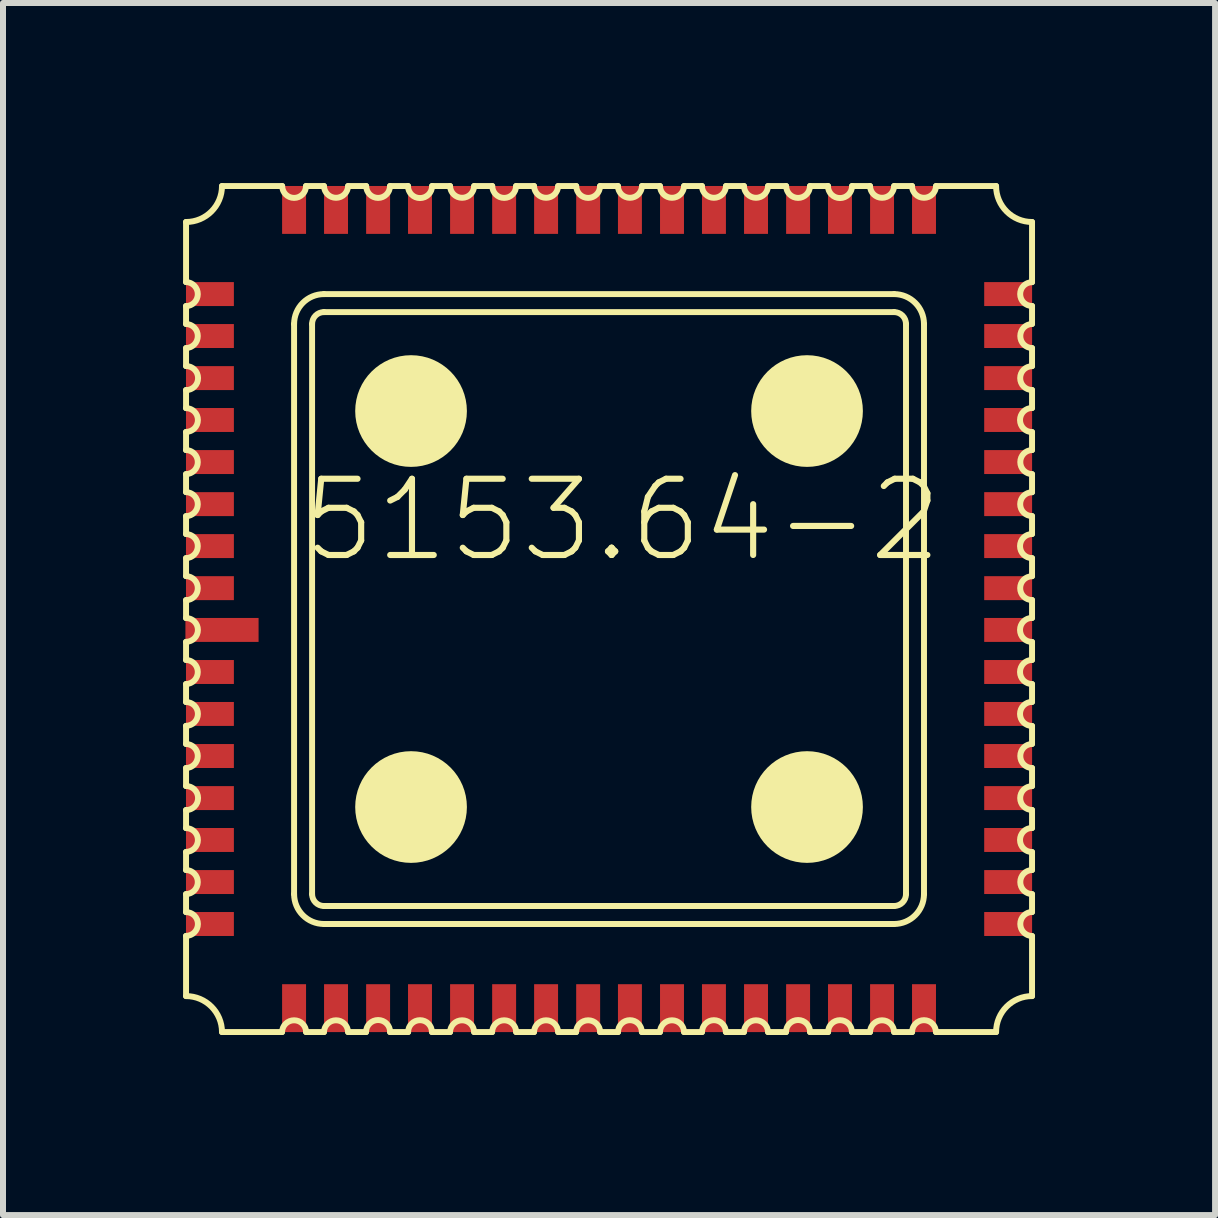
<source format=kicad_pcb>
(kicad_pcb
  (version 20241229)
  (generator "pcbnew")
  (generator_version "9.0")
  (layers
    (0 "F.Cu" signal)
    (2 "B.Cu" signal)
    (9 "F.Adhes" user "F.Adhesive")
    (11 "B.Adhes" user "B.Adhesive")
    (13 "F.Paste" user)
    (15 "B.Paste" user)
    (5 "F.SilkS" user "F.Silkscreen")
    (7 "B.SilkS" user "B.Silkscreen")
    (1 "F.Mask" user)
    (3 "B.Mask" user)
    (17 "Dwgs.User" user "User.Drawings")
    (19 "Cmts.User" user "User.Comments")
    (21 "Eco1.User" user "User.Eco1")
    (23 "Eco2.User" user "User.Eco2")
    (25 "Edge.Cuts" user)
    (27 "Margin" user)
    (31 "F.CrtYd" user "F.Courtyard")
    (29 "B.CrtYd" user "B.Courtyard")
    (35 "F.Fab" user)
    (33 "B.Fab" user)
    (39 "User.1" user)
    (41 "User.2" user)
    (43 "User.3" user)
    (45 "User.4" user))
  (footprint "5153.64-2"
    (layer "F.Cu")
    (at 7.098 7.098)
    (property "Reference" "5153.64-2" (at 0.224 -1.483 0) (layer "F.SilkS") (effects (font (size 1.27 1.27) (thickness 0.102))))
    (attr smd)
    (fp_circle (center -3.299 -3.299) (end -3.934 -3.934) (stroke (width 0) (type solid)) (fill yes) (layer "B.Cu"))
    (fp_circle (center -3.299 3.299) (end -3.934 3.934) (stroke (width 0) (type solid)) (fill yes) (layer "B.Cu"))
    (fp_circle (center 3.299 -3.299) (end 3.934 -3.934) (stroke (width 0) (type solid)) (fill yes) (layer "B.Cu"))
    (fp_circle (center 3.299 3.299) (end 3.934 3.934) (stroke (width 0) (type solid)) (fill yes) (layer "B.Cu"))
    (fp_line (start -7.048 -5.448) (end -7.048 -6.449) (stroke (width 0.099) (type solid)) (layer "F.SilkS"))
    (fp_line (start -7.048 -4.75) (end -7.048 -5.05) (stroke (width 0.099) (type solid)) (layer "F.SilkS"))
    (fp_line (start -7.048 -4.049) (end -7.048 -4.348) (stroke (width 0.099) (type solid)) (layer "F.SilkS"))
    (fp_line (start -7.048 -3.348) (end -7.048 -3.65) (stroke (width 0.099) (type solid)) (layer "F.SilkS"))
    (fp_line (start -7.048 -2.649) (end -7.048 -2.949) (stroke (width 0.099) (type solid)) (layer "F.SilkS"))
    (fp_line (start -7.048 -1.948) (end -7.048 -2.248) (stroke (width 0.099) (type solid)) (layer "F.SilkS"))
    (fp_line (start -7.048 -1.25) (end -7.048 -1.549) (stroke (width 0.099) (type solid)) (layer "F.SilkS"))
    (fp_line (start -7.048 -0.549) (end -7.048 -0.848) (stroke (width 0.099) (type solid)) (layer "F.SilkS"))
    (fp_line (start -7.048 0.15) (end -7.048 -0.15) (stroke (width 0.099) (type solid)) (layer "F.SilkS"))
    (fp_line (start -7.048 0.848) (end -7.048 0.549) (stroke (width 0.099) (type solid)) (layer "F.SilkS"))
    (fp_line (start -7.048 1.549) (end -7.048 1.25) (stroke (width 0.099) (type solid)) (layer "F.SilkS"))
    (fp_line (start -7.048 2.248) (end -7.048 1.948) (stroke (width 0.099) (type solid)) (layer "F.SilkS"))
    (fp_line (start -7.048 2.949) (end -7.048 2.649) (stroke (width 0.099) (type solid)) (layer "F.SilkS"))
    (fp_line (start -7.048 3.65) (end -7.048 3.348) (stroke (width 0.099) (type solid)) (layer "F.SilkS"))
    (fp_line (start -7.048 4.348) (end -7.048 4.049) (stroke (width 0.099) (type solid)) (layer "F.SilkS"))
    (fp_line (start -7.048 5.05) (end -7.048 4.75) (stroke (width 0.099) (type solid)) (layer "F.SilkS"))
    (fp_line (start -7.048 6.449) (end -7.048 5.448) (stroke (width 0.099) (type solid)) (layer "F.SilkS"))
    (fp_line (start -6.449 -7.048) (end -5.448 -7.048) (stroke (width 0.099) (type solid)) (layer "F.SilkS"))
    (fp_line (start -5.448 7.048) (end -6.449 7.048) (stroke (width 0.099) (type solid)) (layer "F.SilkS"))
    (fp_line (start -5.248 -4.75) (end -5.248 4.75) (stroke (width 0.099) (type solid)) (layer "F.SilkS"))
    (fp_line (start -5.05 -7.048) (end -4.75 -7.048) (stroke (width 0.099) (type solid)) (layer "F.SilkS"))
    (fp_line (start -4.948 -4.75) (end -4.948 4.75) (stroke (width 0.099) (type solid)) (layer "F.SilkS"))
    (fp_line (start -4.75 -4.948) (end 4.75 -4.948) (stroke (width 0.099) (type solid)) (layer "F.SilkS"))
    (fp_line (start -4.75 5.248) (end 4.75 5.248) (stroke (width 0.099) (type solid)) (layer "F.SilkS"))
    (fp_line (start -4.75 7.048) (end -5.05 7.048) (stroke (width 0.099) (type solid)) (layer "F.SilkS"))
    (fp_line (start -4.348 -7.048) (end -4.049 -7.048) (stroke (width 0.099) (type solid)) (layer "F.SilkS"))
    (fp_line (start -4.049 7.048) (end -4.348 7.048) (stroke (width 0.099) (type solid)) (layer "F.SilkS"))
    (fp_line (start -3.65 -7.048) (end -3.348 -7.048) (stroke (width 0.099) (type solid)) (layer "F.SilkS"))
    (fp_line (start -3.348 7.048) (end -3.65 7.048) (stroke (width 0.099) (type solid)) (layer "F.SilkS"))
    (fp_line (start -2.949 -7.048) (end -2.649 -7.048) (stroke (width 0.099) (type solid)) (layer "F.SilkS"))
    (fp_line (start -2.649 7.048) (end -2.949 7.048) (stroke (width 0.099) (type solid)) (layer "F.SilkS"))
    (fp_line (start -2.248 -7.048) (end -1.948 -7.048) (stroke (width 0.099) (type solid)) (layer "F.SilkS"))
    (fp_line (start -1.948 7.048) (end -2.248 7.048) (stroke (width 0.099) (type solid)) (layer "F.SilkS"))
    (fp_line (start -1.549 -7.048) (end -1.25 -7.048) (stroke (width 0.099) (type solid)) (layer "F.SilkS"))
    (fp_line (start -1.25 7.048) (end -1.549 7.048) (stroke (width 0.099) (type solid)) (layer "F.SilkS"))
    (fp_line (start -0.848 -7.048) (end -0.549 -7.048) (stroke (width 0.099) (type solid)) (layer "F.SilkS"))
    (fp_line (start -0.549 7.048) (end -0.848 7.048) (stroke (width 0.099) (type solid)) (layer "F.SilkS"))
    (fp_line (start -0.15 -7.048) (end 0.15 -7.048) (stroke (width 0.099) (type solid)) (layer "F.SilkS"))
    (fp_line (start 0.15 7.048) (end -0.15 7.048) (stroke (width 0.099) (type solid)) (layer "F.SilkS"))
    (fp_line (start 0.549 -7.048) (end 0.848 -7.048) (stroke (width 0.099) (type solid)) (layer "F.SilkS"))
    (fp_line (start 0.848 7.048) (end 0.549 7.048) (stroke (width 0.099) (type solid)) (layer "F.SilkS"))
    (fp_line (start 1.25 -7.048) (end 1.549 -7.048) (stroke (width 0.099) (type solid)) (layer "F.SilkS"))
    (fp_line (start 1.549 7.048) (end 1.25 7.048) (stroke (width 0.099) (type solid)) (layer "F.SilkS"))
    (fp_line (start 1.948 -7.048) (end 2.248 -7.048) (stroke (width 0.099) (type solid)) (layer "F.SilkS"))
    (fp_line (start 2.248 7.048) (end 1.948 7.048) (stroke (width 0.099) (type solid)) (layer "F.SilkS"))
    (fp_line (start 2.649 -7.048) (end 2.949 -7.048) (stroke (width 0.099) (type solid)) (layer "F.SilkS"))
    (fp_line (start 2.949 7.048) (end 2.649 7.048) (stroke (width 0.099) (type solid)) (layer "F.SilkS"))
    (fp_line (start 3.348 -7.048) (end 3.65 -7.048) (stroke (width 0.099) (type solid)) (layer "F.SilkS"))
    (fp_line (start 3.65 7.048) (end 3.348 7.048) (stroke (width 0.099) (type solid)) (layer "F.SilkS"))
    (fp_line (start 4.049 -7.048) (end 4.348 -7.048) (stroke (width 0.099) (type solid)) (layer "F.SilkS"))
    (fp_line (start 4.348 7.048) (end 4.049 7.048) (stroke (width 0.099) (type solid)) (layer "F.SilkS"))
    (fp_line (start 4.75 -7.048) (end 5.05 -7.048) (stroke (width 0.099) (type solid)) (layer "F.SilkS"))
    (fp_line (start 4.75 -5.248) (end -4.75 -5.248) (stroke (width 0.099) (type solid)) (layer "F.SilkS"))
    (fp_line (start 4.75 4.948) (end -4.75 4.948) (stroke (width 0.099) (type solid)) (layer "F.SilkS"))
    (fp_line (start 4.948 4.75) (end 4.948 -4.75) (stroke (width 0.099) (type solid)) (layer "F.SilkS"))
    (fp_line (start 5.05 7.048) (end 4.75 7.048) (stroke (width 0.099) (type solid)) (layer "F.SilkS"))
    (fp_line (start 5.248 4.75) (end 5.248 -4.75) (stroke (width 0.099) (type solid)) (layer "F.SilkS"))
    (fp_line (start 5.448 -7.048) (end 6.449 -7.048) (stroke (width 0.099) (type solid)) (layer "F.SilkS"))
    (fp_line (start 6.449 7.048) (end 5.448 7.048) (stroke (width 0.099) (type solid)) (layer "F.SilkS"))
    (fp_line (start 7.048 -6.449) (end 7.048 -5.448) (stroke (width 0.099) (type solid)) (layer "F.SilkS"))
    (fp_line (start 7.048 -5.05) (end 7.048 -4.75) (stroke (width 0.099) (type solid)) (layer "F.SilkS"))
    (fp_line (start 7.048 -4.348) (end 7.048 -4.049) (stroke (width 0.099) (type solid)) (layer "F.SilkS"))
    (fp_line (start 7.048 -3.65) (end 7.048 -3.348) (stroke (width 0.099) (type solid)) (layer "F.SilkS"))
    (fp_line (start 7.048 -2.949) (end 7.048 -2.649) (stroke (width 0.099) (type solid)) (layer "F.SilkS"))
    (fp_line (start 7.048 -2.248) (end 7.048 -1.948) (stroke (width 0.099) (type solid)) (layer "F.SilkS"))
    (fp_line (start 7.048 -1.549) (end 7.048 -1.25) (stroke (width 0.099) (type solid)) (layer "F.SilkS"))
    (fp_line (start 7.048 -0.848) (end 7.048 -0.549) (stroke (width 0.099) (type solid)) (layer "F.SilkS"))
    (fp_line (start 7.048 -0.15) (end 7.048 0.15) (stroke (width 0.099) (type solid)) (layer "F.SilkS"))
    (fp_line (start 7.048 0.549) (end 7.048 0.848) (stroke (width 0.099) (type solid)) (layer "F.SilkS"))
    (fp_line (start 7.048 1.25) (end 7.048 1.549) (stroke (width 0.099) (type solid)) (layer "F.SilkS"))
    (fp_line (start 7.048 1.948) (end 7.048 2.248) (stroke (width 0.099) (type solid)) (layer "F.SilkS"))
    (fp_line (start 7.048 2.649) (end 7.048 2.949) (stroke (width 0.099) (type solid)) (layer "F.SilkS"))
    (fp_line (start 7.048 3.348) (end 7.048 3.65) (stroke (width 0.099) (type solid)) (layer "F.SilkS"))
    (fp_line (start 7.048 4.049) (end 7.048 4.348) (stroke (width 0.099) (type solid)) (layer "F.SilkS"))
    (fp_line (start 7.048 4.75) (end 7.048 5.05) (stroke (width 0.099) (type solid)) (layer "F.SilkS"))
    (fp_line (start 7.048 5.448) (end 7.048 6.449) (stroke (width 0.099) (type solid)) (layer "F.SilkS"))
    (fp_arc (start -7.0485 -5.4483) (mid -6.84784 -5.24764) (end -7.0485 -5.04698) (stroke (width 0.09906) (type solid)) (layer "F.SilkS"))
    (fp_arc (start -7.0485 -4.7498) (mid -6.84784 -4.54914) (end -7.0485 -4.34848) (stroke (width 0.09906) (type solid)) (layer "F.SilkS"))
    (fp_arc (start -7.0485 -4.04876) (mid -6.84784 -3.8481) (end -7.0485 -3.64744) (stroke (width 0.09906) (type solid)) (layer "F.SilkS"))
    (fp_arc (start -7.0485 -3.34772) (mid -6.85038 -3.1496) (end -7.0485 -2.95148) (stroke (width 0.09906) (type solid)) (layer "F.SilkS"))
    (fp_arc (start -7.0485 -2.64922) (mid -6.84784 -2.44856) (end -7.0485 -2.2479) (stroke (width 0.09906) (type solid)) (layer "F.SilkS"))
    (fp_arc (start -7.0485 -1.94818) (mid -6.84784 -1.74752) (end -7.0485 -1.54686) (stroke (width 0.09906) (type solid)) (layer "F.SilkS"))
    (fp_arc (start -7.0485 -1.24968) (mid -6.84784 -1.04902) (end -7.0485 -0.84836) (stroke (width 0.09906) (type solid)) (layer "F.SilkS"))
    (fp_arc (start -7.0485 -0.54864) (mid -6.84784 -0.34798) (end -7.0485 -0.14732) (stroke (width 0.09906) (type solid)) (layer "F.SilkS"))
    (fp_arc (start -7.0485 0.14986) (mid -6.85038 0.34798) (end -7.0485 0.5461) (stroke (width 0.09906) (type solid)) (layer "F.SilkS"))
    (fp_arc (start -7.0485 0.84836) (mid -6.84784 1.04902) (end -7.0485 1.24968) (stroke (width 0.09906) (type solid)) (layer "F.SilkS"))
    (fp_arc (start -7.0485 1.5494) (mid -6.85038 1.74752) (end -7.0485 1.94564) (stroke (width 0.09906) (type solid)) (layer "F.SilkS"))
    (fp_arc (start -7.0485 2.2479) (mid -6.84784 2.44856) (end -7.0485 2.64922) (stroke (width 0.09906) (type solid)) (layer "F.SilkS"))
    (fp_arc (start -7.0485 2.94894) (mid -6.84784 3.1496) (end -7.0485 3.35026) (stroke (width 0.09906) (type solid)) (layer "F.SilkS"))
    (fp_arc (start -7.0485 3.64998) (mid -6.85038 3.8481) (end -7.0485 4.04622) (stroke (width 0.09906) (type solid)) (layer "F.SilkS"))
    (fp_arc (start -7.0485 4.34848) (mid -6.84784 4.54914) (end -7.0485 4.7498) (stroke (width 0.09906) (type solid)) (layer "F.SilkS"))
    (fp_arc (start -7.0485 5.04952) (mid -6.85038 5.24764) (end -7.0485 5.44576) (stroke (width 0.09906) (type solid)) (layer "F.SilkS"))
    (fp_arc (start -7.0485 6.44906) (mid -6.624632 6.624632) (end -6.44906 7.0485) (stroke (width 0.09906) (type solid)) (layer "F.SilkS"))
    (fp_arc (start -6.44906 -7.0485) (mid -6.624632 -6.624632) (end -7.0485 -6.44906) (stroke (width 0.09906) (type solid)) (layer "F.SilkS"))
    (fp_arc (start -5.4483 7.0485) (mid -5.24764 6.84784) (end -5.04698 7.0485) (stroke (width 0.09906) (type solid)) (layer "F.SilkS"))
    (fp_arc (start -5.24764 -4.7498) (mid -5.101826 -5.101826) (end -4.7498 -5.24764) (stroke (width 0.09906) (type solid)) (layer "F.SilkS"))
    (fp_arc (start -5.04952 -7.0485) (mid -5.24764 -6.85038) (end -5.44576 -7.0485) (stroke (width 0.09906) (type solid)) (layer "F.SilkS"))
    (fp_arc (start -4.94792 -4.7498) (mid -4.889892 -4.889892) (end -4.7498 -4.94792) (stroke (width 0.09906) (type solid)) (layer "F.SilkS"))
    (fp_arc (start -4.7498 4.94792) (mid -4.889892 4.889892) (end -4.94792 4.7498) (stroke (width 0.09906) (type solid)) (layer "F.SilkS"))
    (fp_arc (start -4.7498 5.24764) (mid -5.101826 5.101826) (end -5.24764 4.7498) (stroke (width 0.09906) (type solid)) (layer "F.SilkS"))
    (fp_arc (start -4.7498 7.0485) (mid -4.54914 6.84784) (end -4.34848 7.0485) (stroke (width 0.09906) (type solid)) (layer "F.SilkS"))
    (fp_arc (start -4.34848 -7.0485) (mid -4.54914 -6.84784) (end -4.7498 -7.0485) (stroke (width 0.09906) (type solid)) (layer "F.SilkS"))
    (fp_arc (start -4.04876 7.0485) (mid -3.8481 6.84784) (end -3.64744 7.0485) (stroke (width 0.09906) (type solid)) (layer "F.SilkS"))
    (fp_arc (start -3.64998 -7.0485) (mid -3.8481 -6.85038) (end -4.04622 -7.0485) (stroke (width 0.09906) (type solid)) (layer "F.SilkS"))
    (fp_arc (start -3.34772 7.0485) (mid -3.1496 6.85038) (end -2.95148 7.0485) (stroke (width 0.09906) (type solid)) (layer "F.SilkS"))
    (fp_arc (start -2.94894 -7.0485) (mid -3.1496 -6.84784) (end -3.35026 -7.0485) (stroke (width 0.09906) (type solid)) (layer "F.SilkS"))
    (fp_arc (start -2.64922 7.0485) (mid -2.44856 6.84784) (end -2.2479 7.0485) (stroke (width 0.09906) (type solid)) (layer "F.SilkS"))
    (fp_arc (start -2.2479 -7.0485) (mid -2.44856 -6.84784) (end -2.64922 -7.0485) (stroke (width 0.09906) (type solid)) (layer "F.SilkS"))
    (fp_arc (start -1.94818 7.0485) (mid -1.74752 6.84784) (end -1.54686 7.0485) (stroke (width 0.09906) (type solid)) (layer "F.SilkS"))
    (fp_arc (start -1.5494 -7.0485) (mid -1.74752 -6.85038) (end -1.94564 -7.0485) (stroke (width 0.09906) (type solid)) (layer "F.SilkS"))
    (fp_arc (start -1.24968 7.0485) (mid -1.04902 6.84784) (end -0.84836 7.0485) (stroke (width 0.09906) (type solid)) (layer "F.SilkS"))
    (fp_arc (start -0.84836 -7.0485) (mid -1.04902 -6.84784) (end -1.24968 -7.0485) (stroke (width 0.09906) (type solid)) (layer "F.SilkS"))
    (fp_arc (start -0.54864 7.0485) (mid -0.34798 6.84784) (end -0.14732 7.0485) (stroke (width 0.09906) (type solid)) (layer "F.SilkS"))
    (fp_arc (start -0.14986 -7.0485) (mid -0.34798 -6.85038) (end -0.5461 -7.0485) (stroke (width 0.09906) (type solid)) (layer "F.SilkS"))
    (fp_arc (start 0.14986 7.0485) (mid 0.34798 6.85038) (end 0.5461 7.0485) (stroke (width 0.09906) (type solid)) (layer "F.SilkS"))
    (fp_arc (start 0.54864 -7.0485) (mid 0.34798 -6.84784) (end 0.14732 -7.0485) (stroke (width 0.09906) (type solid)) (layer "F.SilkS"))
    (fp_arc (start 0.84836 7.0485) (mid 1.04902 6.84784) (end 1.24968 7.0485) (stroke (width 0.09906) (type solid)) (layer "F.SilkS"))
    (fp_arc (start 1.24968 -7.0485) (mid 1.04902 -6.84784) (end 0.84836 -7.0485) (stroke (width 0.09906) (type solid)) (layer "F.SilkS"))
    (fp_arc (start 1.5494 7.0485) (mid 1.74752 6.85038) (end 1.94564 7.0485) (stroke (width 0.09906) (type solid)) (layer "F.SilkS"))
    (fp_arc (start 1.94818 -7.0485) (mid 1.74752 -6.84784) (end 1.54686 -7.0485) (stroke (width 0.09906) (type solid)) (layer "F.SilkS"))
    (fp_arc (start 2.2479 7.0485) (mid 2.44856 6.84784) (end 2.64922 7.0485) (stroke (width 0.09906) (type solid)) (layer "F.SilkS"))
    (fp_arc (start 2.64922 -7.0485) (mid 2.44856 -6.84784) (end 2.2479 -7.0485) (stroke (width 0.09906) (type solid)) (layer "F.SilkS"))
    (fp_arc (start 2.94894 7.0485) (mid 3.1496 6.84784) (end 3.35026 7.0485) (stroke (width 0.09906) (type solid)) (layer "F.SilkS"))
    (fp_arc (start 3.34772 -7.0485) (mid 3.1496 -6.85038) (end 2.95148 -7.0485) (stroke (width 0.09906) (type solid)) (layer "F.SilkS"))
    (fp_arc (start 3.64998 7.0485) (mid 3.8481 6.85038) (end 4.04622 7.0485) (stroke (width 0.09906) (type solid)) (layer "F.SilkS"))
    (fp_arc (start 4.04876 -7.0485) (mid 3.8481 -6.84784) (end 3.64744 -7.0485) (stroke (width 0.09906) (type solid)) (layer "F.SilkS"))
    (fp_arc (start 4.34848 7.0485) (mid 4.54914 6.84784) (end 4.7498 7.0485) (stroke (width 0.09906) (type solid)) (layer "F.SilkS"))
    (fp_arc (start 4.7498 -7.0485) (mid 4.54914 -6.84784) (end 4.34848 -7.0485) (stroke (width 0.09906) (type solid)) (layer "F.SilkS"))
    (fp_arc (start 4.7498 -5.24764) (mid 5.101826 -5.101826) (end 5.24764 -4.7498) (stroke (width 0.09906) (type solid)) (layer "F.SilkS"))
    (fp_arc (start 4.7498 -4.94792) (mid 4.889892 -4.889892) (end 4.94792 -4.7498) (stroke (width 0.09906) (type solid)) (layer "F.SilkS"))
    (fp_arc (start 4.94792 4.7498) (mid 4.889892 4.889892) (end 4.7498 4.94792) (stroke (width 0.09906) (type solid)) (layer "F.SilkS"))
    (fp_arc (start 5.04952 7.0485) (mid 5.24764 6.85038) (end 5.44576 7.0485) (stroke (width 0.09906) (type solid)) (layer "F.SilkS"))
    (fp_arc (start 5.24764 4.7498) (mid 5.101826 5.101826) (end 4.7498 5.24764) (stroke (width 0.09906) (type solid)) (layer "F.SilkS"))
    (fp_arc (start 5.4483 -7.0485) (mid 5.24764 -6.84784) (end 5.04698 -7.0485) (stroke (width 0.09906) (type solid)) (layer "F.SilkS"))
    (fp_arc (start 6.44906 7.0485) (mid 6.624632 6.624632) (end 7.0485 6.44906) (stroke (width 0.09906) (type solid)) (layer "F.SilkS"))
    (fp_arc (start 7.0485 -6.44906) (mid 6.624632 -6.624632) (end 6.44906 -7.0485) (stroke (width 0.09906) (type solid)) (layer "F.SilkS"))
    (fp_arc (start 7.0485 -5.04952) (mid 6.85038 -5.24764) (end 7.0485 -5.44576) (stroke (width 0.09906) (type solid)) (layer "F.SilkS"))
    (fp_arc (start 7.0485 -4.34848) (mid 6.84784 -4.54914) (end 7.0485 -4.7498) (stroke (width 0.09906) (type solid)) (layer "F.SilkS"))
    (fp_arc (start 7.0485 -3.64998) (mid 6.85038 -3.8481) (end 7.0485 -4.04622) (stroke (width 0.09906) (type solid)) (layer "F.SilkS"))
    (fp_arc (start 7.0485 -2.94894) (mid 6.84784 -3.1496) (end 7.0485 -3.35026) (stroke (width 0.09906) (type solid)) (layer "F.SilkS"))
    (fp_arc (start 7.0485 -2.2479) (mid 6.84784 -2.44856) (end 7.0485 -2.64922) (stroke (width 0.09906) (type solid)) (layer "F.SilkS"))
    (fp_arc (start 7.0485 -1.5494) (mid 6.85038 -1.74752) (end 7.0485 -1.94564) (stroke (width 0.09906) (type solid)) (layer "F.SilkS"))
    (fp_arc (start 7.0485 -0.84836) (mid 6.84784 -1.04902) (end 7.0485 -1.24968) (stroke (width 0.09906) (type solid)) (layer "F.SilkS"))
    (fp_arc (start 7.0485 -0.14986) (mid 6.85038 -0.34798) (end 7.0485 -0.5461) (stroke (width 0.09906) (type solid)) (layer "F.SilkS"))
    (fp_arc (start 7.0485 0.54864) (mid 6.84784 0.34798) (end 7.0485 0.14732) (stroke (width 0.09906) (type solid)) (layer "F.SilkS"))
    (fp_arc (start 7.0485 1.24968) (mid 6.84784 1.04902) (end 7.0485 0.84836) (stroke (width 0.09906) (type solid)) (layer "F.SilkS"))
    (fp_arc (start 7.0485 1.94818) (mid 6.84784 1.74752) (end 7.0485 1.54686) (stroke (width 0.09906) (type solid)) (layer "F.SilkS"))
    (fp_arc (start 7.0485 2.64922) (mid 6.84784 2.44856) (end 7.0485 2.2479) (stroke (width 0.09906) (type solid)) (layer "F.SilkS"))
    (fp_arc (start 7.0485 3.34772) (mid 6.85038 3.1496) (end 7.0485 2.95148) (stroke (width 0.09906) (type solid)) (layer "F.SilkS"))
    (fp_arc (start 7.0485 4.04876) (mid 6.84784 3.8481) (end 7.0485 3.64744) (stroke (width 0.09906) (type solid)) (layer "F.SilkS"))
    (fp_arc (start 7.0485 4.7498) (mid 6.84784 4.54914) (end 7.0485 4.34848) (stroke (width 0.09906) (type solid)) (layer "F.SilkS"))
    (fp_arc (start 7.0485 5.4483) (mid 6.84784 5.24764) (end 7.0485 5.04698) (stroke (width 0.09906) (type solid)) (layer "F.SilkS"))
    (fp_circle (center -3.299 -3.299) (end -3.957 -3.957) (stroke (width 0) (type solid)) (fill yes) (layer "F.SilkS"))
    (fp_circle (center -3.299 3.299) (end -3.957 3.957) (stroke (width 0) (type solid)) (fill yes) (layer "F.SilkS"))
    (fp_circle (center 3.299 -3.299) (end 3.957 -3.957) (stroke (width 0) (type solid)) (fill yes) (layer "F.SilkS"))
    (fp_circle (center 3.299 3.299) (end 3.957 3.957) (stroke (width 0) (type solid)) (fill yes) (layer "F.SilkS"))
    (pad "1" smd rect (at -6.449 0.348) (size 1.219 0.399) (layers "F.Cu" "F.Mask" "F.Paste"))
    (pad "2" smd rect (at -6.65 1.049) (size 0.798 0.399) (layers "F.Cu" "F.Mask" "F.Paste"))
    (pad "3" smd rect (at -6.65 1.748) (size 0.798 0.399) (layers "F.Cu" "F.Mask" "F.Paste"))
    (pad "4" smd rect (at -6.65 2.449) (size 0.798 0.399) (layers "F.Cu" "F.Mask" "F.Paste"))
    (pad "5" smd rect (at -6.65 3.15) (size 0.798 0.399) (layers "F.Cu" "F.Mask" "F.Paste"))
    (pad "6" smd rect (at -6.65 3.848) (size 0.798 0.399) (layers "F.Cu" "F.Mask" "F.Paste"))
    (pad "7" smd rect (at -6.65 4.549) (size 0.798 0.399) (layers "F.Cu" "F.Mask" "F.Paste"))
    (pad "8" smd rect (at -6.65 5.248) (size 0.798 0.399) (layers "F.Cu" "F.Mask" "F.Paste"))
    (pad "9" smd rect (at -5.248 6.65 90) (size 0.798 0.399) (layers "F.Cu" "F.Mask" "F.Paste"))
    (pad "10" smd rect (at -4.549 6.65 90) (size 0.798 0.399) (layers "F.Cu" "F.Mask" "F.Paste"))
    (pad "11" smd rect (at -3.848 6.65 90) (size 0.798 0.399) (layers "F.Cu" "F.Mask" "F.Paste"))
    (pad "12" smd rect (at -3.15 6.65 90) (size 0.798 0.399) (layers "F.Cu" "F.Mask" "F.Paste"))
    (pad "13" smd rect (at -2.449 6.65 90) (size 0.798 0.399) (layers "F.Cu" "F.Mask" "F.Paste"))
    (pad "14" smd rect (at -1.748 6.65 90) (size 0.798 0.399) (layers "F.Cu" "F.Mask" "F.Paste"))
    (pad "15" smd rect (at -1.049 6.65 90) (size 0.798 0.399) (layers "F.Cu" "F.Mask" "F.Paste"))
    (pad "16" smd rect (at -0.348 6.65 90) (size 0.798 0.399) (layers "F.Cu" "F.Mask" "F.Paste"))
    (pad "17" smd rect (at 0.348 6.65 90) (size 0.798 0.399) (layers "F.Cu" "F.Mask" "F.Paste"))
    (pad "18" smd rect (at 1.049 6.65 90) (size 0.798 0.399) (layers "F.Cu" "F.Mask" "F.Paste"))
    (pad "19" smd rect (at 1.748 6.65 90) (size 0.798 0.399) (layers "F.Cu" "F.Mask" "F.Paste"))
    (pad "20" smd rect (at 2.449 6.65 90) (size 0.798 0.399) (layers "F.Cu" "F.Mask" "F.Paste"))
    (pad "21" smd rect (at 3.15 6.65 90) (size 0.798 0.399) (layers "F.Cu" "F.Mask" "F.Paste"))
    (pad "22" smd rect (at 3.848 6.65 90) (size 0.798 0.399) (layers "F.Cu" "F.Mask" "F.Paste"))
    (pad "23" smd rect (at 4.549 6.65 90) (size 0.798 0.399) (layers "F.Cu" "F.Mask" "F.Paste"))
    (pad "24" smd rect (at 5.248 6.65 90) (size 0.798 0.399) (layers "F.Cu" "F.Mask" "F.Paste"))
    (pad "25" smd rect (at 6.65 5.248 180) (size 0.798 0.399) (layers "F.Cu" "F.Mask" "F.Paste"))
    (pad "26" smd rect (at 6.65 4.549 180) (size 0.798 0.399) (layers "F.Cu" "F.Mask" "F.Paste"))
    (pad "27" smd rect (at 6.65 3.848 180) (size 0.798 0.399) (layers "F.Cu" "F.Mask" "F.Paste"))
    (pad "28" smd rect (at 6.65 3.15 180) (size 0.798 0.399) (layers "F.Cu" "F.Mask" "F.Paste"))
    (pad "29" smd rect (at 6.65 2.449 180) (size 0.798 0.399) (layers "F.Cu" "F.Mask" "F.Paste"))
    (pad "30" smd rect (at 6.65 1.748 180) (size 0.798 0.399) (layers "F.Cu" "F.Mask" "F.Paste"))
    (pad "31" smd rect (at 6.65 1.049 180) (size 0.798 0.399) (layers "F.Cu" "F.Mask" "F.Paste"))
    (pad "32" smd rect (at 6.65 0.348 180) (size 0.798 0.399) (layers "F.Cu" "F.Mask" "F.Paste"))
    (pad "33" smd rect (at 6.65 -0.348 180) (size 0.798 0.399) (layers "F.Cu" "F.Mask" "F.Paste"))
    (pad "34" smd rect (at 6.65 -1.049 180) (size 0.798 0.399) (layers "F.Cu" "F.Mask" "F.Paste"))
    (pad "35" smd rect (at 6.65 -1.748 180) (size 0.798 0.399) (layers "F.Cu" "F.Mask" "F.Paste"))
    (pad "36" smd rect (at 6.65 -2.449 180) (size 0.798 0.399) (layers "F.Cu" "F.Mask" "F.Paste"))
    (pad "37" smd rect (at 6.65 -3.15 180) (size 0.798 0.399) (layers "F.Cu" "F.Mask" "F.Paste"))
    (pad "38" smd rect (at 6.65 -3.848 180) (size 0.798 0.399) (layers "F.Cu" "F.Mask" "F.Paste"))
    (pad "39" smd rect (at 6.65 -4.549 180) (size 0.798 0.399) (layers "F.Cu" "F.Mask" "F.Paste"))
    (pad "40" smd rect (at 6.65 -5.248 180) (size 0.798 0.399) (layers "F.Cu" "F.Mask" "F.Paste"))
    (pad "41" smd rect (at 5.248 -6.65 270) (size 0.798 0.399) (layers "F.Cu" "F.Mask" "F.Paste"))
    (pad "42" smd rect (at 4.549 -6.65 270) (size 0.798 0.399) (layers "F.Cu" "F.Mask" "F.Paste"))
    (pad "43" smd rect (at 3.848 -6.65 270) (size 0.798 0.399) (layers "F.Cu" "F.Mask" "F.Paste"))
    (pad "44" smd rect (at 3.15 -6.65 270) (size 0.798 0.399) (layers "F.Cu" "F.Mask" "F.Paste"))
    (pad "45" smd rect (at 2.449 -6.65 270) (size 0.798 0.399) (layers "F.Cu" "F.Mask" "F.Paste"))
    (pad "46" smd rect (at 1.748 -6.65 270) (size 0.798 0.399) (layers "F.Cu" "F.Mask" "F.Paste"))
    (pad "47" smd rect (at 1.049 -6.65 270) (size 0.798 0.399) (layers "F.Cu" "F.Mask" "F.Paste"))
    (pad "48" smd rect (at 0.348 -6.65 270) (size 0.798 0.399) (layers "F.Cu" "F.Mask" "F.Paste"))
    (pad "49" smd rect (at -0.348 -6.65 270) (size 0.798 0.399) (layers "F.Cu" "F.Mask" "F.Paste"))
    (pad "50" smd rect (at -1.049 -6.65 270) (size 0.798 0.399) (layers "F.Cu" "F.Mask" "F.Paste"))
    (pad "51" smd rect (at -1.748 -6.65 270) (size 0.798 0.399) (layers "F.Cu" "F.Mask" "F.Paste"))
    (pad "52" smd rect (at -2.449 -6.65 270) (size 0.798 0.399) (layers "F.Cu" "F.Mask" "F.Paste"))
    (pad "53" smd rect (at -3.15 -6.65 270) (size 0.798 0.399) (layers "F.Cu" "F.Mask" "F.Paste"))
    (pad "54" smd rect (at -3.848 -6.65 270) (size 0.798 0.399) (layers "F.Cu" "F.Mask" "F.Paste"))
    (pad "55" smd rect (at -4.549 -6.65 270) (size 0.798 0.399) (layers "F.Cu" "F.Mask" "F.Paste"))
    (pad "56" smd rect (at -5.248 -6.65 270) (size 0.798 0.399) (layers "F.Cu" "F.Mask" "F.Paste"))
    (pad "57" smd rect (at -6.65 -5.248) (size 0.798 0.399) (layers "F.Cu" "F.Mask" "F.Paste"))
    (pad "58" smd rect (at -6.65 -4.549) (size 0.798 0.399) (layers "F.Cu" "F.Mask" "F.Paste"))
    (pad "59" smd rect (at -6.65 -3.848) (size 0.798 0.399) (layers "F.Cu" "F.Mask" "F.Paste"))
    (pad "60" smd rect (at -6.65 -3.15) (size 0.798 0.399) (layers "F.Cu" "F.Mask" "F.Paste"))
    (pad "61" smd rect (at -6.65 -2.449) (size 0.798 0.399) (layers "F.Cu" "F.Mask" "F.Paste"))
    (pad "62" smd rect (at -6.65 -1.748) (size 0.798 0.399) (layers "F.Cu" "F.Mask" "F.Paste"))
    (pad "63" smd rect (at -6.65 -1.049) (size 0.798 0.399) (layers "F.Cu" "F.Mask" "F.Paste"))
    (pad "64" smd rect (at -6.65 -0.348) (size 0.798 0.399) (layers "F.Cu" "F.Mask" "F.Paste")))
  (gr_rect
    (start -3 -3)
    (end 17.196 17.196)
    (stroke (width 0.1) (type default))
    (fill no)
    (layer "Edge.Cuts")))
</source>
